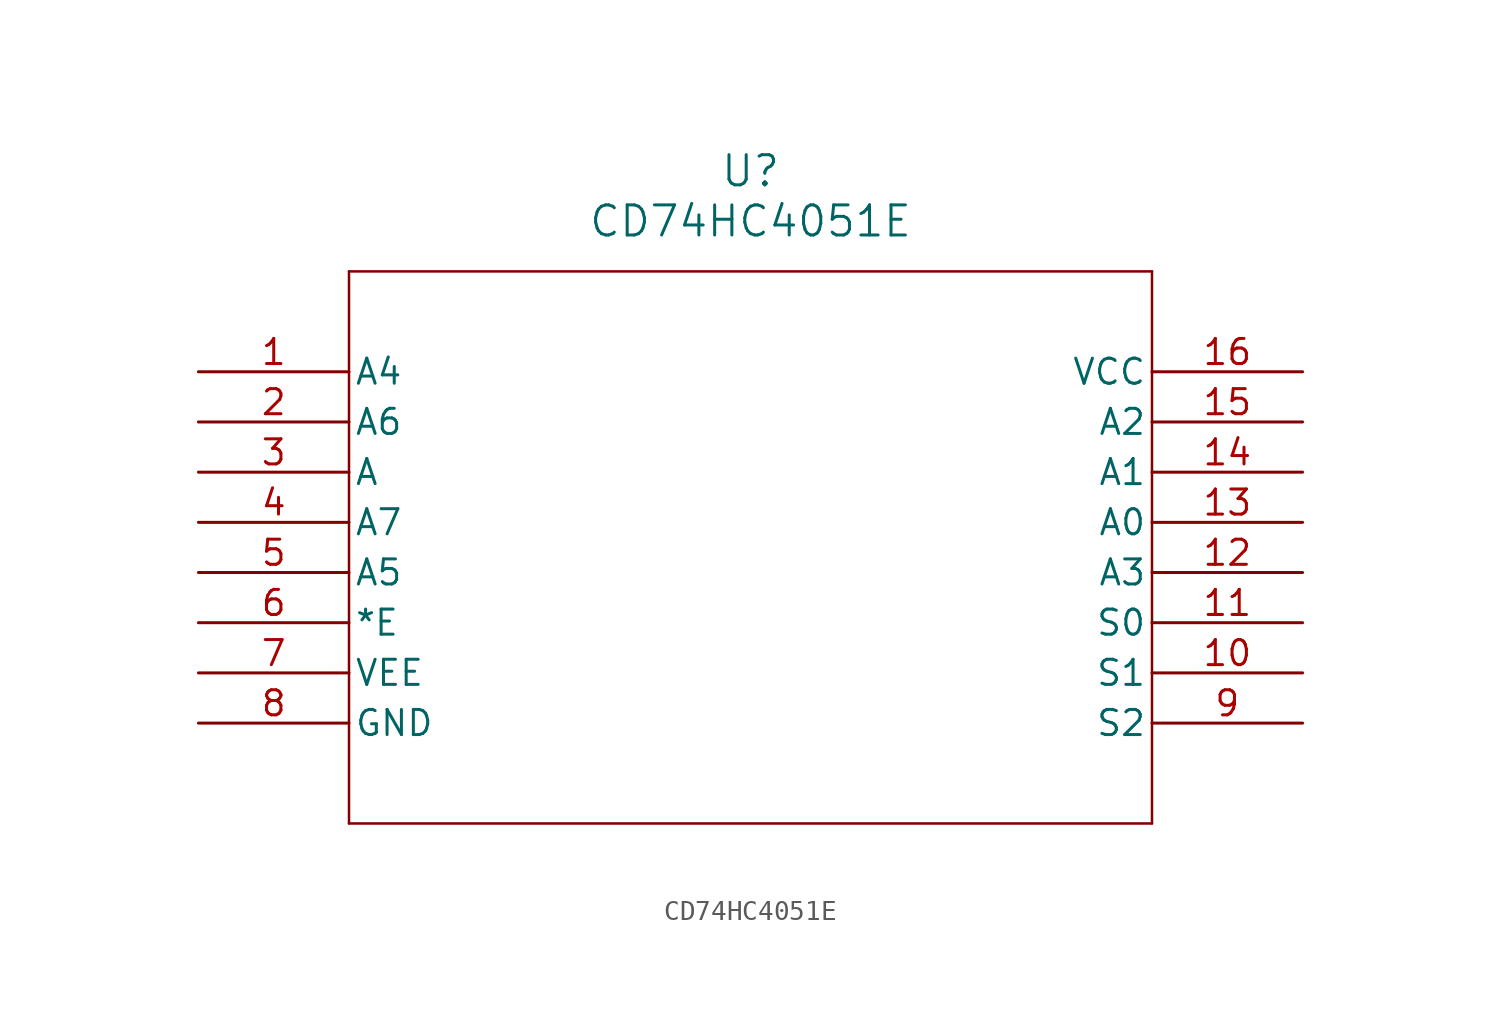
<source format=kicad_sym>
(kicad_symbol_lib
  (version 20211014)
  (generator kicad_symbol_editor)
  (symbol "CD74HC4051E"
    (pin_names
      (offset 0.254))
    (property "Reference" "U"
      (at 27.94 10.16 0)
      (effects (font (size 1.524 1.524))))
    (property "Value" "CD74HC4051E"
      (at 27.94 7.62 0)
      (effects (font (size 1.524 1.524))))
    (symbol "CD74HC4051E_0_1"
      (polyline (pts (xy 7.62 5.08) (xy 7.62 -22.86)) (stroke (width 0.127) (type default) (color 0 0 0 0)) (fill (type none)))
      (polyline (pts (xy 7.62 -22.86) (xy 48.26 -22.86)) (stroke (width 0.127) (type default) (color 0 0 0 0)) (fill (type none)))
      (polyline (pts (xy 48.26 -22.86) (xy 48.26 5.08)) (stroke (width 0.127) (type default) (color 0 0 0 0)) (fill (type none)))
      (polyline (pts (xy 48.26 5.08) (xy 7.62 5.08)) (stroke (width 0.127) (type default) (color 0 0 0 0)) (fill (type none)))
      (pin bidirectional line (at 0 0 0) (length 7.62) (name "A4" (effects (font (size 1.27 1.27)))) (number "1" (effects (font (size 1.27 1.27)))))
      (pin bidirectional line (at 0 -2.54 0) (length 7.62) (name "A6" (effects (font (size 1.27 1.27)))) (number "2" (effects (font (size 1.27 1.27)))))
      (pin bidirectional line (at 0 -5.08 0) (length 7.62) (name "A" (effects (font (size 1.27 1.27)))) (number "3" (effects (font (size 1.27 1.27)))))
      (pin bidirectional line (at 0 -7.62 0) (length 7.62) (name "A7" (effects (font (size 1.27 1.27)))) (number "4" (effects (font (size 1.27 1.27)))))
      (pin bidirectional line (at 0 -10.16 0) (length 7.62) (name "A5" (effects (font (size 1.27 1.27)))) (number "5" (effects (font (size 1.27 1.27)))))
      (pin input line (at 0 -12.7 0) (length 7.62) (name "*E" (effects (font (size 1.27 1.27)))) (number "6" (effects (font (size 1.27 1.27)))))
      (pin power_in line (at 0 -15.24 0) (length 7.62) (name "VEE" (effects (font (size 1.27 1.27)))) (number "7" (effects (font (size 1.27 1.27)))))
      (pin power_in line (at 0 -17.78 0) (length 7.62) (name "GND" (effects (font (size 1.27 1.27)))) (number "8" (effects (font (size 1.27 1.27)))))
      (pin bidirectional line (at 55.88 -17.78 180) (length 7.62) (name "S2" (effects (font (size 1.27 1.27)))) (number "9" (effects (font (size 1.27 1.27)))))
      (pin bidirectional line (at 55.88 -15.24 180) (length 7.62) (name "S1" (effects (font (size 1.27 1.27)))) (number "10" (effects (font (size 1.27 1.27)))))
      (pin bidirectional line (at 55.88 -12.7 180) (length 7.62) (name "S0" (effects (font (size 1.27 1.27)))) (number "11" (effects (font (size 1.27 1.27)))))
      (pin bidirectional line (at 55.88 -10.16 180) (length 7.62) (name "A3" (effects (font (size 1.27 1.27)))) (number "12" (effects (font (size 1.27 1.27)))))
      (pin bidirectional line (at 55.88 -7.62 180) (length 7.62) (name "A0" (effects (font (size 1.27 1.27)))) (number "13" (effects (font (size 1.27 1.27)))))
      (pin bidirectional line (at 55.88 -5.08 180) (length 7.62) (name "A1" (effects (font (size 1.27 1.27)))) (number "14" (effects (font (size 1.27 1.27)))))
      (pin bidirectional line (at 55.88 -2.54 180) (length 7.62) (name "A2" (effects (font (size 1.27 1.27)))) (number "15" (effects (font (size 1.27 1.27)))))
      (pin power_in line (at 55.88 0 180) (length 7.62) (name "VCC" (effects (font (size 1.27 1.27)))) (number "16" (effects (font (size 1.27 1.27))))))))
</source>
